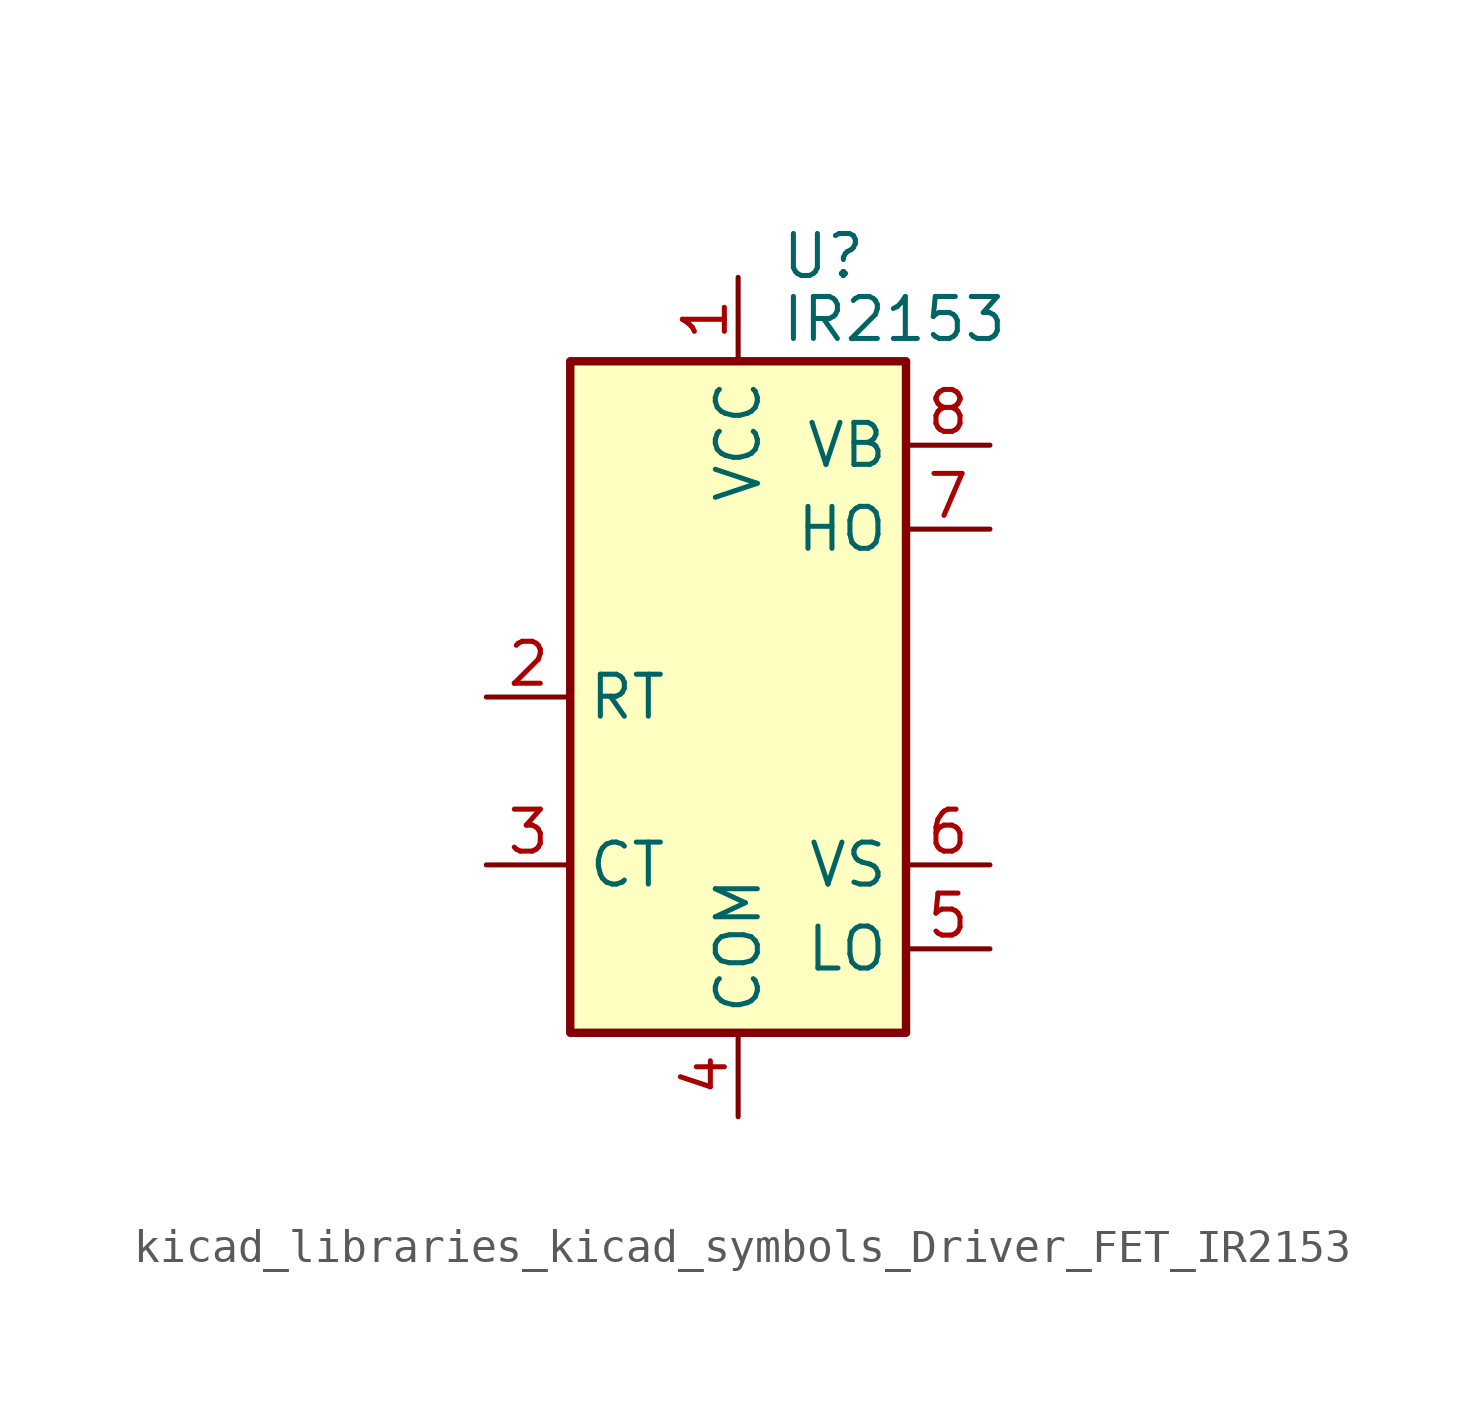
<source format=kicad_sym>
(kicad_symbol_lib
  (version 20220914)
  (generator kicad_symbol_editor)
  (symbol "kicad_libraries_kicad_symbols_Driver_FET_IR2153"
    (property "Reference" "U"
      (at 1.27 13.335 0)
      (effects (font (size 1.27 1.27)) (justify left)))
    (property "Value" "IR2153"
      (at 1.27 11.43 0)
      (effects (font (size 1.27 1.27)) (justify left)))
    (symbol "kicad_libraries_kicad_symbols_Driver_FET_IR2153_0_1"
      (rectangle (start -5.08 -10.16) (end 5.08 10.16) (stroke (width 0.254) (type default)) (fill (type background))))
    (symbol "kicad_libraries_kicad_symbols_Driver_FET_IR2153_1_1"
      (pin power_in line (at 0 12.7 270) (length 2.54) (name "VCC" (effects (font (size 1.27 1.27)))) (number "1" (effects (font (size 1.27 1.27)))))
      (pin passive line (at -7.62 0 0) (length 2.54) (name "RT" (effects (font (size 1.27 1.27)))) (number "2" (effects (font (size 1.27 1.27)))))
      (pin passive line (at -7.62 -5.08 0) (length 2.54) (name "CT" (effects (font (size 1.27 1.27)))) (number "3" (effects (font (size 1.27 1.27)))))
      (pin power_in line (at 0 -12.7 90) (length 2.54) (name "COM" (effects (font (size 1.27 1.27)))) (number "4" (effects (font (size 1.27 1.27)))))
      (pin output line (at 7.62 -7.62 180) (length 2.54) (name "LO" (effects (font (size 1.27 1.27)))) (number "5" (effects (font (size 1.27 1.27)))))
      (pin passive line (at 7.62 -5.08 180) (length 2.54) (name "VS" (effects (font (size 1.27 1.27)))) (number "6" (effects (font (size 1.27 1.27)))))
      (pin output line (at 7.62 5.08 180) (length 2.54) (name "HO" (effects (font (size 1.27 1.27)))) (number "7" (effects (font (size 1.27 1.27)))))
      (pin passive line (at 7.62 7.62 180) (length 2.54) (name "VB" (effects (font (size 1.27 1.27)))) (number "8" (effects (font (size 1.27 1.27))))))))
</source>
